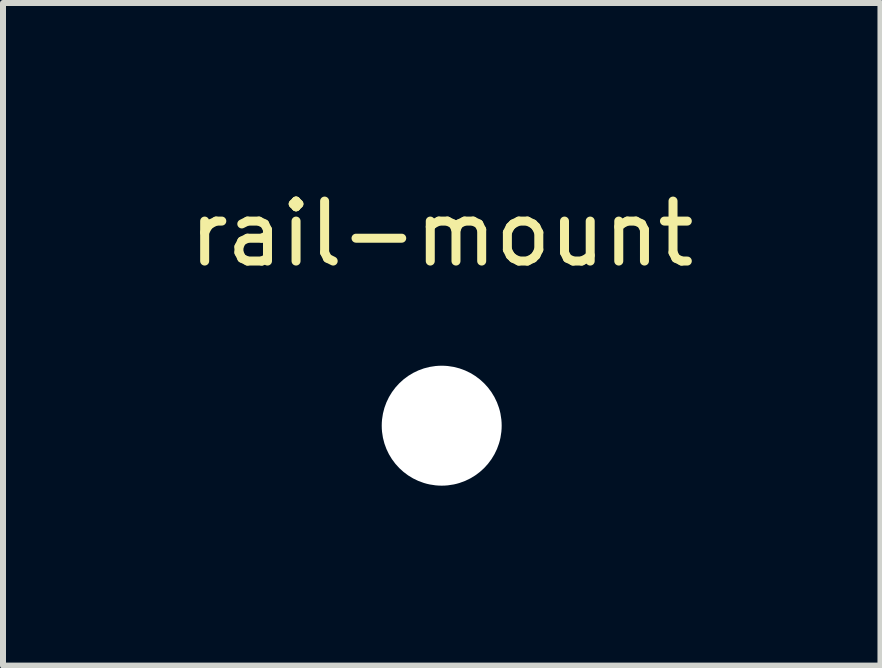
<source format=kicad_pcb>
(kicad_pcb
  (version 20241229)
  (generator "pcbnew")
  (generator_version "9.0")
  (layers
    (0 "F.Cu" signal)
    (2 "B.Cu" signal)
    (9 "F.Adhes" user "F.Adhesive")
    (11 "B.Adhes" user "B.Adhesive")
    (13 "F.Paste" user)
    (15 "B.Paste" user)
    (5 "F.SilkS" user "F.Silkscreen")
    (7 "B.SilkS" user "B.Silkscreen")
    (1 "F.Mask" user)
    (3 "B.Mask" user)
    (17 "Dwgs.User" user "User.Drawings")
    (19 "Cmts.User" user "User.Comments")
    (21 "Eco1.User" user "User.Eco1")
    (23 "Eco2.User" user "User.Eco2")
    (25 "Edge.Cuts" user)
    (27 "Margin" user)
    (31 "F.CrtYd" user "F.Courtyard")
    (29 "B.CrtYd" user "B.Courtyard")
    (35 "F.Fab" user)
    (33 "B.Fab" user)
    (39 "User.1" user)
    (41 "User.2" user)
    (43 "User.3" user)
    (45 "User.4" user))
  (footprint "rail-mount"
    (layer "F.Cu")
    (at 4.315 4.048)
    (property "Reference" "rail-mount" (at 0 -3.2 0) (layer "F.SilkS") (effects (font (size 1 1) (thickness 0.15))))
    (attr exclude_from_pos_files exclude_from_bom)
    (pad "" np_thru_hole circle (at 0 0) (size 2 2) (drill 2) (layers "*.Cu" "*.Mask")))
  (gr_rect
    (start -3 -3)
    (end 11.631 8.048)
    (stroke (width 0.1) (type default))
    (fill no)
    (layer "Edge.Cuts")))
</source>
